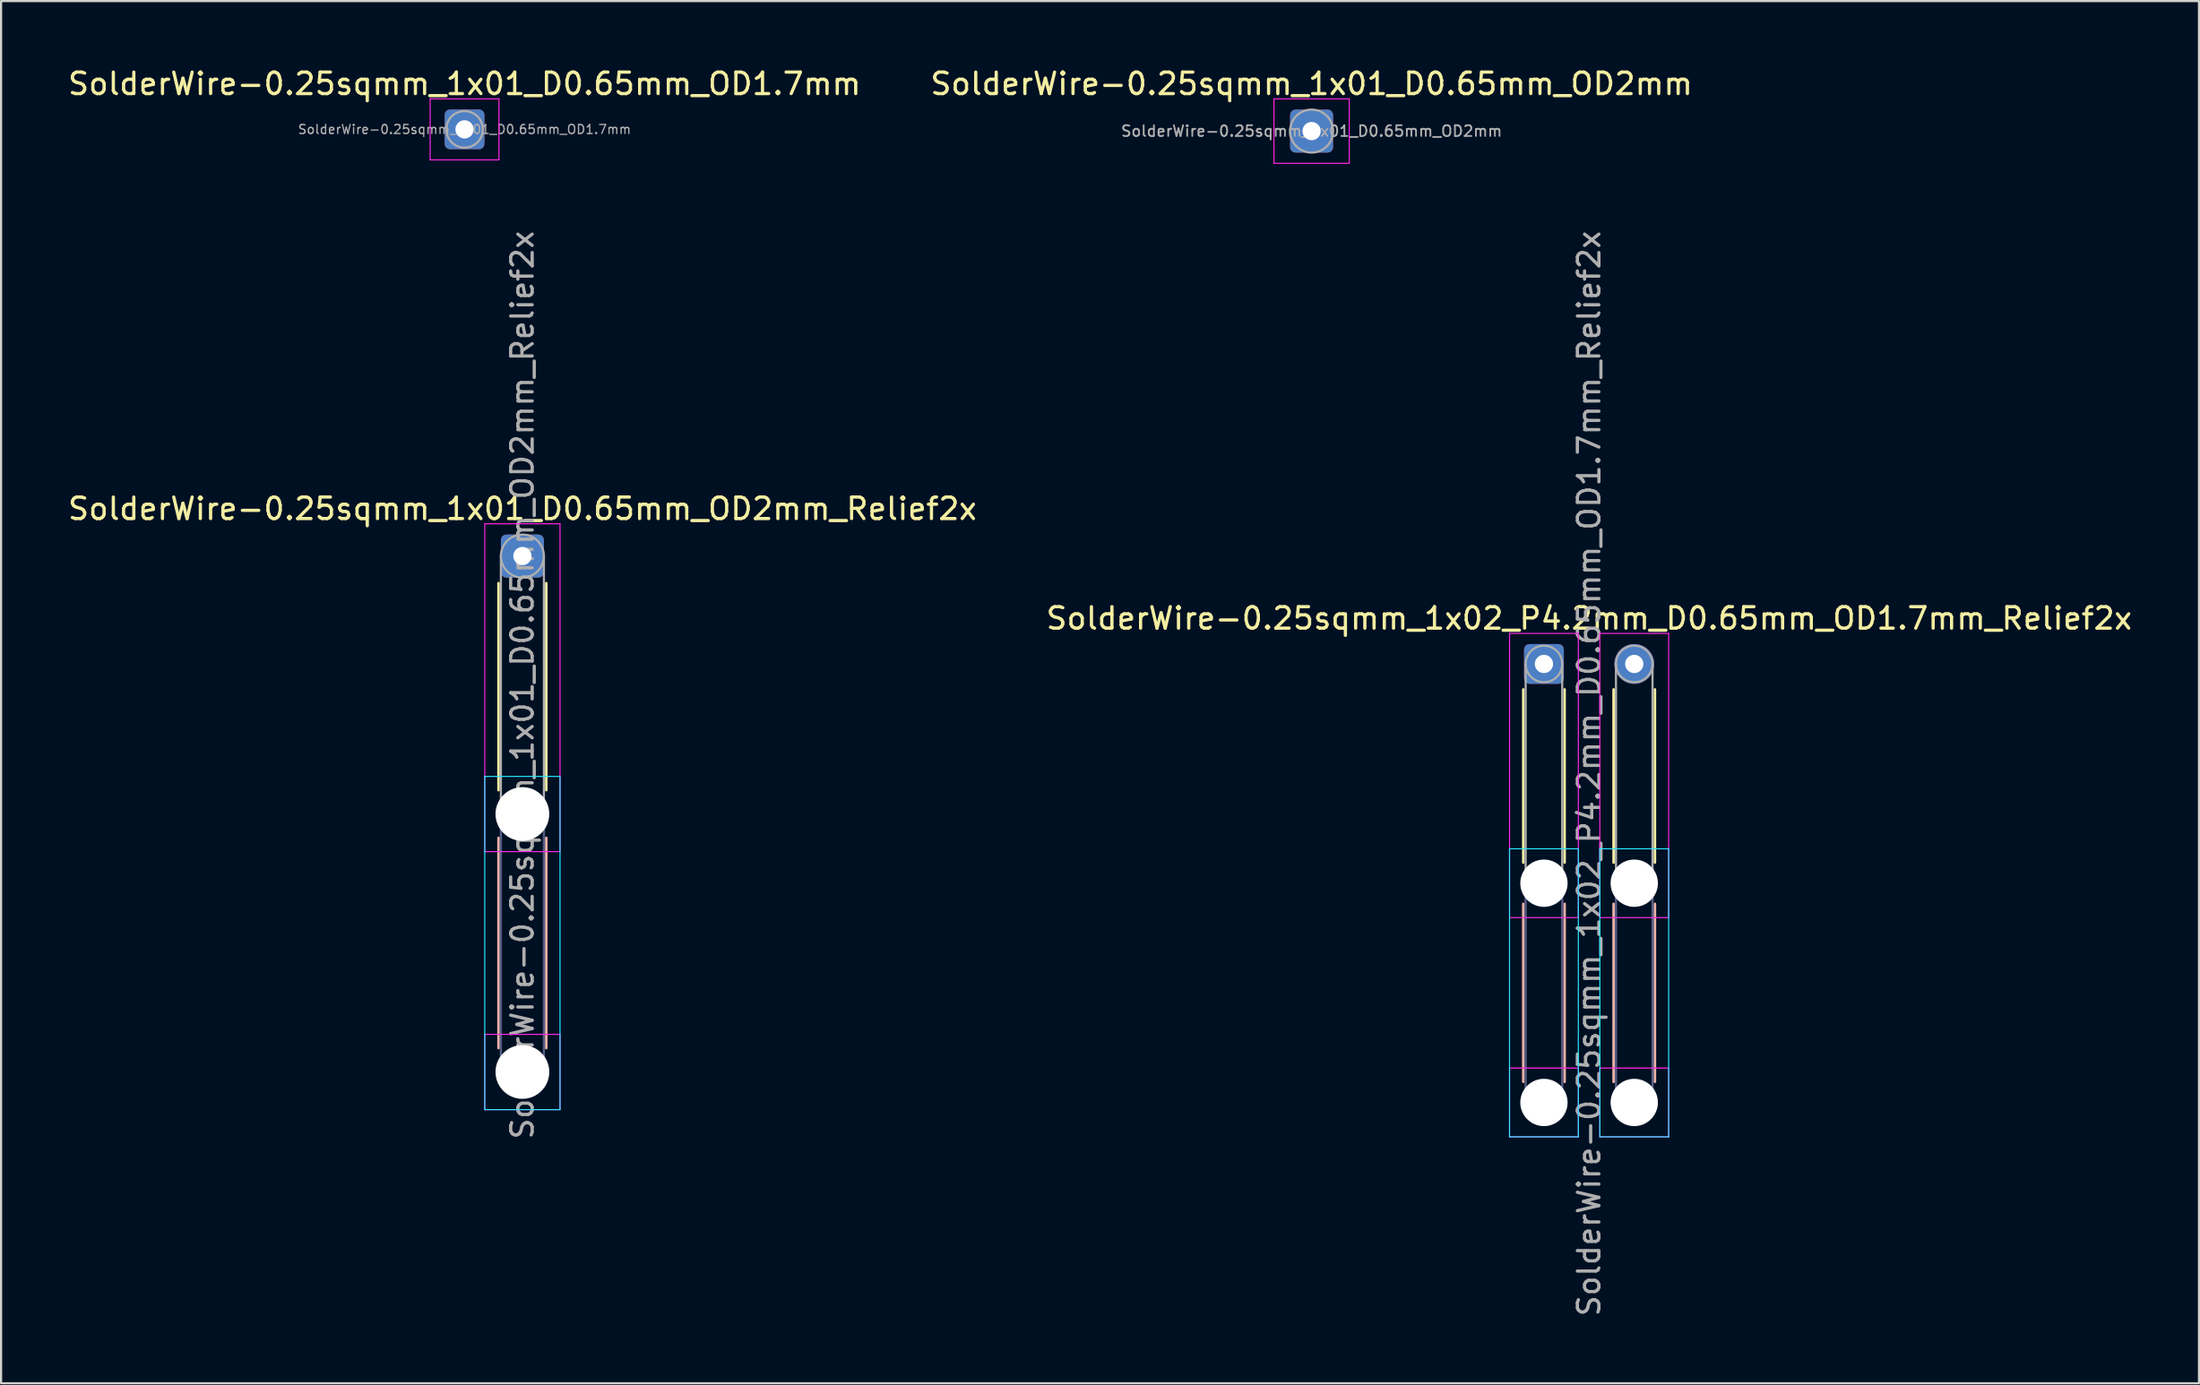
<source format=kicad_pcb>
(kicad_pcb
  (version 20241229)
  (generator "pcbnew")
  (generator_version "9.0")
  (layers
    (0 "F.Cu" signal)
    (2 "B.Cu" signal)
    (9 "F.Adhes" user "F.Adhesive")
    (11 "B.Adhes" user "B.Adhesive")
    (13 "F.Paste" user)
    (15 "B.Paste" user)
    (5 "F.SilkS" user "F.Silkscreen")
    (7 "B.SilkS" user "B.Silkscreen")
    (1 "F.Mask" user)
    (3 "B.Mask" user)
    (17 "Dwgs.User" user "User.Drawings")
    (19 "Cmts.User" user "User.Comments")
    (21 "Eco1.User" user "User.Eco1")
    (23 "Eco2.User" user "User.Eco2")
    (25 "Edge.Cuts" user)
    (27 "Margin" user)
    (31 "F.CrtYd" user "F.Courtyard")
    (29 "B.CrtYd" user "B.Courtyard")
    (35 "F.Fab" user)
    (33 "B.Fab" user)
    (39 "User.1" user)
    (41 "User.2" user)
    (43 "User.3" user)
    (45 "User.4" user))
  (footprint "SolderWire-0.25sqmm_1x01_D0.65mm_OD2mm"
    (layer "F.Cu")
    (at 57.946 3.048)
    (property "Reference" "SolderWire-0.25sqmm_1x01_D0.65mm_OD2mm" (at 0 -2.2 0) (layer "F.SilkS") (effects (font (size 1 1) (thickness 0.15))))
    (attr exclude_from_pos_files exclude_from_bom)
    (fp_line (start -1.75 -1.5) (end -1.75 1.5) (stroke (width 0.05) (type solid)) (layer "F.CrtYd"))
    (fp_line (start -1.75 1.5) (end 1.75 1.5) (stroke (width 0.05) (type solid)) (layer "F.CrtYd"))
    (fp_line (start 1.75 -1.5) (end -1.75 -1.5) (stroke (width 0.05) (type solid)) (layer "F.CrtYd"))
    (fp_line (start 1.75 1.5) (end 1.75 -1.5) (stroke (width 0.05) (type solid)) (layer "F.CrtYd"))
    (fp_circle (center 0 0) (end 1 0) (stroke (width 0.1) (type solid)) (fill no) (layer "F.Fab"))
    (fp_text user "${REFERENCE}" (at 0 0 0) (layer "F.Fab") (effects (font (size 0.5 0.5) (thickness 0.08))))
    (pad "1" thru_hole roundrect (at 0 0) (size 2 2) (drill 0.85) (layers "*.Cu" "*.Mask") (roundrect_rratio 0.125)))
  (footprint "SolderWire-0.25sqmm_1x02_P4.2mm_D0.65mm_OD1.7mm_Relief2x"
    (layer "F.Cu")
    (at 68.751 27.836)
    (property "Reference" "SolderWire-0.25sqmm_1x02_P4.2mm_D0.65mm_OD1.7mm_Relief2x" (at 2.1 -2.12 0) (layer "F.SilkS") (effects (font (size 1 1) (thickness 0.15))))
    (attr exclude_from_pos_files exclude_from_bom)
    (fp_line (start -0.96 1.185) (end -0.96 9.24) (stroke (width 0.12) (type solid)) (layer "F.SilkS"))
    (fp_line (start 0.96 1.185) (end 0.96 9.24) (stroke (width 0.12) (type solid)) (layer "F.SilkS"))
    (fp_line (start 3.24 1.185) (end 3.24 9.24) (stroke (width 0.12) (type solid)) (layer "F.SilkS"))
    (fp_line (start 5.16 1.185) (end 5.16 9.24) (stroke (width 0.12) (type solid)) (layer "F.SilkS"))
    (fp_line (start -0.96 11.16) (end -0.96 19.44) (stroke (width 0.12) (type solid)) (layer "B.SilkS"))
    (fp_line (start 0.96 11.16) (end 0.96 19.44) (stroke (width 0.12) (type solid)) (layer "B.SilkS"))
    (fp_line (start 3.24 11.16) (end 3.24 19.44) (stroke (width 0.12) (type solid)) (layer "B.SilkS"))
    (fp_line (start 5.16 11.16) (end 5.16 19.44) (stroke (width 0.12) (type solid)) (layer "B.SilkS"))
    (fp_line (start -1.6 8.6) (end -1.6 22) (stroke (width 0.05) (type solid)) (layer "B.CrtYd"))
    (fp_line (start -1.6 22) (end 1.6 22) (stroke (width 0.05) (type solid)) (layer "B.CrtYd"))
    (fp_line (start 1.6 8.6) (end -1.6 8.6) (stroke (width 0.05) (type solid)) (layer "B.CrtYd"))
    (fp_line (start 1.6 22) (end 1.6 8.6) (stroke (width 0.05) (type solid)) (layer "B.CrtYd"))
    (fp_line (start 2.6 8.6) (end 2.6 22) (stroke (width 0.05) (type solid)) (layer "B.CrtYd"))
    (fp_line (start 2.6 22) (end 5.8 22) (stroke (width 0.05) (type solid)) (layer "B.CrtYd"))
    (fp_line (start 5.8 8.6) (end 2.6 8.6) (stroke (width 0.05) (type solid)) (layer "B.CrtYd"))
    (fp_line (start 5.8 22) (end 5.8 8.6) (stroke (width 0.05) (type solid)) (layer "B.CrtYd"))
    (fp_line (start -1.6 -1.42) (end -1.6 11.8) (stroke (width 0.05) (type solid)) (layer "F.CrtYd"))
    (fp_line (start -1.6 11.8) (end 1.6 11.8) (stroke (width 0.05) (type solid)) (layer "F.CrtYd"))
    (fp_line (start -1.6 18.8) (end -1.6 22) (stroke (width 0.05) (type solid)) (layer "F.CrtYd"))
    (fp_line (start -1.6 22) (end 1.6 22) (stroke (width 0.05) (type solid)) (layer "F.CrtYd"))
    (fp_line (start 1.6 -1.42) (end -1.6 -1.42) (stroke (width 0.05) (type solid)) (layer "F.CrtYd"))
    (fp_line (start 1.6 11.8) (end 1.6 -1.42) (stroke (width 0.05) (type solid)) (layer "F.CrtYd"))
    (fp_line (start 1.6 18.8) (end -1.6 18.8) (stroke (width 0.05) (type solid)) (layer "F.CrtYd"))
    (fp_line (start 1.6 22) (end 1.6 18.8) (stroke (width 0.05) (type solid)) (layer "F.CrtYd"))
    (fp_line (start 2.6 -1.42) (end 2.6 11.8) (stroke (width 0.05) (type solid)) (layer "F.CrtYd"))
    (fp_line (start 2.6 11.8) (end 5.8 11.8) (stroke (width 0.05) (type solid)) (layer "F.CrtYd"))
    (fp_line (start 2.6 18.8) (end 2.6 22) (stroke (width 0.05) (type solid)) (layer "F.CrtYd"))
    (fp_line (start 2.6 22) (end 5.8 22) (stroke (width 0.05) (type solid)) (layer "F.CrtYd"))
    (fp_line (start 5.8 -1.42) (end 2.6 -1.42) (stroke (width 0.05) (type solid)) (layer "F.CrtYd"))
    (fp_line (start 5.8 11.8) (end 5.8 -1.42) (stroke (width 0.05) (type solid)) (layer "F.CrtYd"))
    (fp_line (start 5.8 18.8) (end 2.6 18.8) (stroke (width 0.05) (type solid)) (layer "F.CrtYd"))
    (fp_line (start 5.8 22) (end 5.8 18.8) (stroke (width 0.05) (type solid)) (layer "F.CrtYd"))
    (fp_line (start -0.85 10.2) (end -0.85 20.4) (stroke (width 0.1) (type solid)) (layer "B.Fab"))
    (fp_line (start 0.85 10.2) (end 0.85 20.4) (stroke (width 0.1) (type solid)) (layer "B.Fab"))
    (fp_line (start 3.35 10.2) (end 3.35 20.4) (stroke (width 0.1) (type solid)) (layer "B.Fab"))
    (fp_line (start 5.05 10.2) (end 5.05 20.4) (stroke (width 0.1) (type solid)) (layer "B.Fab"))
    (fp_circle (center 0 10.2) (end 0.85 10.2) (stroke (width 0.1) (type solid)) (fill no) (layer "B.Fab"))
    (fp_circle (center 0 20.4) (end 0.85 20.4) (stroke (width 0.1) (type solid)) (fill no) (layer "B.Fab"))
    (fp_circle (center 4.2 10.2) (end 5.05 10.2) (stroke (width 0.1) (type solid)) (fill no) (layer "B.Fab"))
    (fp_circle (center 4.2 20.4) (end 5.05 20.4) (stroke (width 0.1) (type solid)) (fill no) (layer "B.Fab"))
    (fp_line (start -0.85 0) (end -0.85 10.2) (stroke (width 0.1) (type solid)) (layer "F.Fab"))
    (fp_line (start 0.85 0) (end 0.85 10.2) (stroke (width 0.1) (type solid)) (layer "F.Fab"))
    (fp_line (start 3.35 0) (end 3.35 10.2) (stroke (width 0.1) (type solid)) (layer "F.Fab"))
    (fp_line (start 5.05 0) (end 5.05 10.2) (stroke (width 0.1) (type solid)) (layer "F.Fab"))
    (fp_circle (center 0 0) (end 0.85 0) (stroke (width 0.1) (type solid)) (fill no) (layer "F.Fab"))
    (fp_circle (center 0 10.2) (end 0.85 10.2) (stroke (width 0.1) (type solid)) (fill no) (layer "F.Fab"))
    (fp_circle (center 0 20.4) (end 0.85 20.4) (stroke (width 0.1) (type solid)) (fill no) (layer "F.Fab"))
    (fp_circle (center 4.2 0) (end 5.05 0) (stroke (width 0.1) (type solid)) (fill no) (layer "F.Fab"))
    (fp_circle (center 4.2 10.2) (end 5.05 10.2) (stroke (width 0.1) (type solid)) (fill no) (layer "F.Fab"))
    (fp_circle (center 4.2 20.4) (end 5.05 20.4) (stroke (width 0.1) (type solid)) (fill no) (layer "F.Fab"))
    (fp_text user "${REFERENCE}" (at 2.1 5.1 90) (layer "F.Fab") (effects (font (size 1 1) (thickness 0.15))))
    (pad "" np_thru_hole circle (at 0 10.2) (size 2.2 2.2) (drill 2.2) (layers "*.Cu" "*.Mask"))
    (pad "" np_thru_hole circle (at 0 20.4) (size 2.2 2.2) (drill 2.2) (layers "*.Cu" "*.Mask"))
    (pad "" np_thru_hole circle (at 4.2 10.2) (size 2.2 2.2) (drill 2.2) (layers "*.Cu" "*.Mask"))
    (pad "" np_thru_hole circle (at 4.2 20.4) (size 2.2 2.2) (drill 2.2) (layers "*.Cu" "*.Mask"))
    (pad "1" thru_hole roundrect (at 0 0) (size 1.85 1.85) (drill 0.85) (layers "*.Cu" "*.Mask") (roundrect_rratio 0.135))
    (pad "2" thru_hole circle (at 4.2 0) (size 1.85 1.85) (drill 0.85) (layers "*.Cu" "*.Mask")))
  (footprint "SolderWire-0.25sqmm_1x01_D0.65mm_OD1.7mm"
    (layer "F.Cu")
    (at 18.554 2.968)
    (property "Reference" "SolderWire-0.25sqmm_1x01_D0.65mm_OD1.7mm" (at 0 -2.12 0) (layer "F.SilkS") (effects (font (size 1 1) (thickness 0.15))))
    (attr exclude_from_pos_files exclude_from_bom)
    (fp_line (start -1.6 -1.42) (end -1.6 1.42) (stroke (width 0.05) (type solid)) (layer "F.CrtYd"))
    (fp_line (start -1.6 1.42) (end 1.6 1.42) (stroke (width 0.05) (type solid)) (layer "F.CrtYd"))
    (fp_line (start 1.6 -1.42) (end -1.6 -1.42) (stroke (width 0.05) (type solid)) (layer "F.CrtYd"))
    (fp_line (start 1.6 1.42) (end 1.6 -1.42) (stroke (width 0.05) (type solid)) (layer "F.CrtYd"))
    (fp_circle (center 0 0) (end 0.85 0) (stroke (width 0.1) (type solid)) (fill no) (layer "F.Fab"))
    (fp_text user "${REFERENCE}" (at 0 0 0) (layer "F.Fab") (effects (font (size 0.42 0.42) (thickness 0.06))))
    (pad "1" thru_hole roundrect (at 0 0) (size 1.85 1.85) (drill 0.85) (layers "*.Cu" "*.Mask") (roundrect_rratio 0.135)))
  (footprint "SolderWire-0.25sqmm_1x01_D0.65mm_OD2mm_Relief2x"
    (layer "F.Cu")
    (at 21.244 22.817)
    (property "Reference" "SolderWire-0.25sqmm_1x01_D0.65mm_OD2mm_Relief2x" (at 0 -2.2 0) (layer "F.SilkS") (effects (font (size 1 1) (thickness 0.15))))
    (attr exclude_from_pos_files exclude_from_bom)
    (fp_line (start -1.11 1.26) (end -1.11 10.89) (stroke (width 0.12) (type solid)) (layer "F.SilkS"))
    (fp_line (start 1.11 1.26) (end 1.11 10.89) (stroke (width 0.12) (type solid)) (layer "F.SilkS"))
    (fp_line (start -1.11 13.11) (end -1.11 22.89) (stroke (width 0.12) (type solid)) (layer "B.SilkS"))
    (fp_line (start 1.11 13.11) (end 1.11 22.89) (stroke (width 0.12) (type solid)) (layer "B.SilkS"))
    (fp_line (start -1.75 10.25) (end -1.75 25.75) (stroke (width 0.05) (type solid)) (layer "B.CrtYd"))
    (fp_line (start -1.75 25.75) (end 1.75 25.75) (stroke (width 0.05) (type solid)) (layer "B.CrtYd"))
    (fp_line (start 1.75 10.25) (end -1.75 10.25) (stroke (width 0.05) (type solid)) (layer "B.CrtYd"))
    (fp_line (start 1.75 25.75) (end 1.75 10.25) (stroke (width 0.05) (type solid)) (layer "B.CrtYd"))
    (fp_line (start -1.75 -1.5) (end -1.75 13.75) (stroke (width 0.05) (type solid)) (layer "F.CrtYd"))
    (fp_line (start -1.75 13.75) (end 1.75 13.75) (stroke (width 0.05) (type solid)) (layer "F.CrtYd"))
    (fp_line (start -1.75 22.25) (end -1.75 25.75) (stroke (width 0.05) (type solid)) (layer "F.CrtYd"))
    (fp_line (start -1.75 25.75) (end 1.75 25.75) (stroke (width 0.05) (type solid)) (layer "F.CrtYd"))
    (fp_line (start 1.75 -1.5) (end -1.75 -1.5) (stroke (width 0.05) (type solid)) (layer "F.CrtYd"))
    (fp_line (start 1.75 13.75) (end 1.75 -1.5) (stroke (width 0.05) (type solid)) (layer "F.CrtYd"))
    (fp_line (start 1.75 22.25) (end -1.75 22.25) (stroke (width 0.05) (type solid)) (layer "F.CrtYd"))
    (fp_line (start 1.75 25.75) (end 1.75 22.25) (stroke (width 0.05) (type solid)) (layer "F.CrtYd"))
    (fp_line (start -1 12) (end -1 24) (stroke (width 0.1) (type solid)) (layer "B.Fab"))
    (fp_line (start 1 12) (end 1 24) (stroke (width 0.1) (type solid)) (layer "B.Fab"))
    (fp_circle (center 0 12) (end 1 12) (stroke (width 0.1) (type solid)) (fill no) (layer "B.Fab"))
    (fp_circle (center 0 24) (end 1 24) (stroke (width 0.1) (type solid)) (fill no) (layer "B.Fab"))
    (fp_line (start -1 0) (end -1 12) (stroke (width 0.1) (type solid)) (layer "F.Fab"))
    (fp_line (start 1 0) (end 1 12) (stroke (width 0.1) (type solid)) (layer "F.Fab"))
    (fp_circle (center 0 0) (end 1 0) (stroke (width 0.1) (type solid)) (fill no) (layer "F.Fab"))
    (fp_circle (center 0 12) (end 1 12) (stroke (width 0.1) (type solid)) (fill no) (layer "F.Fab"))
    (fp_circle (center 0 24) (end 1 24) (stroke (width 0.1) (type solid)) (fill no) (layer "F.Fab"))
    (fp_text user "${REFERENCE}" (at 0 6 90) (layer "F.Fab") (effects (font (size 1 1) (thickness 0.15))))
    (pad "" np_thru_hole circle (at 0 12) (size 2.5 2.5) (drill 2.5) (layers "*.Cu" "*.Mask"))
    (pad "" np_thru_hole circle (at 0 24) (size 2.5 2.5) (drill 2.5) (layers "*.Cu" "*.Mask"))
    (pad "1" thru_hole roundrect (at 0 0) (size 2 2) (drill 0.85) (layers "*.Cu" "*.Mask") (roundrect_rratio 0.125)))
  (gr_rect
    (start -3 -3)
    (end 99.214 61.299)
    (stroke (width 0.1) (type default))
    (fill no)
    (layer "Edge.Cuts")))
</source>
